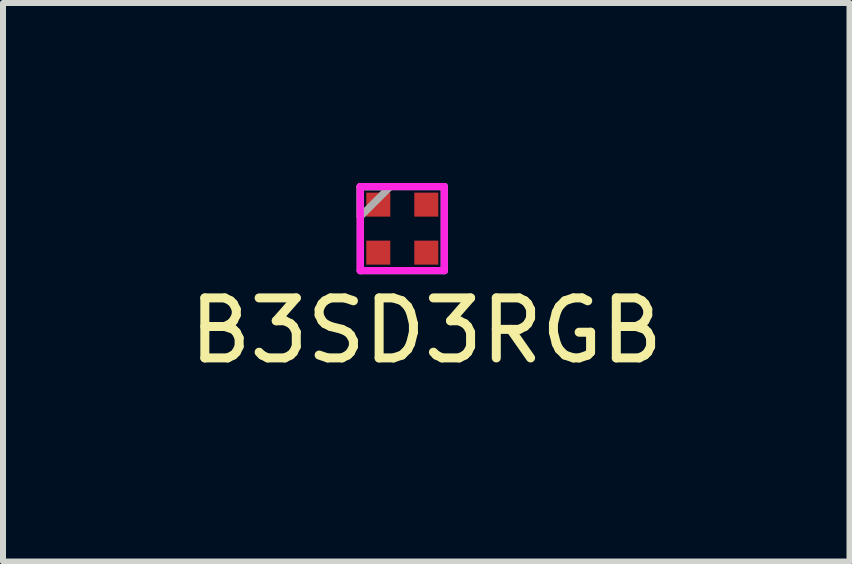
<source format=kicad_pcb>
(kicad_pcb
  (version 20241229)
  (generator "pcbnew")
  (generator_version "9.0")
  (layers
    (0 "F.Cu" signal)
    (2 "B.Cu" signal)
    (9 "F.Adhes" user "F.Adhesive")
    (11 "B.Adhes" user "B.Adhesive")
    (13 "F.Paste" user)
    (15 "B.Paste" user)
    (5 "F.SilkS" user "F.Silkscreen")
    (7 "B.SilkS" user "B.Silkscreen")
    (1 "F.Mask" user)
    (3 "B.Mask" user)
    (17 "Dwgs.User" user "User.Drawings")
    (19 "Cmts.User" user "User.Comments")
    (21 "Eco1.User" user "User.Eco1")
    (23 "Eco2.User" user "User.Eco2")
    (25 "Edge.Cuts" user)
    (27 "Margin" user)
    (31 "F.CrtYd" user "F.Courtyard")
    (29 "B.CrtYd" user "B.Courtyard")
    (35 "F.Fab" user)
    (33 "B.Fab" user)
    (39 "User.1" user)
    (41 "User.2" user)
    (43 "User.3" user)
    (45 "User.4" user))
  (footprint "B3SD3RGB"
    (layer "F.Cu")
    (at 3.654 0.76)
    (property "Reference" "B3SD3RGB" (at 0.4 1.7 0) (layer "F.SilkS") (effects (font (size 1 1) (thickness 0.15))))
    (attr through_hole)
    (fp_line (start -0.7 -0.7) (end -0.7 -0.2) (stroke (width 0.12) (type solid)) (layer "F.SilkS"))
    (fp_line (start -0.2 -0.7) (end -0.7 -0.7) (stroke (width 0.12) (type solid)) (layer "F.SilkS"))
    (fp_line (start -0.7 -0.7) (end 0.7 -0.7) (stroke (width 0.12) (type solid)) (layer "F.CrtYd"))
    (fp_line (start -0.7 0.7) (end -0.7 -0.7) (stroke (width 0.12) (type solid)) (layer "F.CrtYd"))
    (fp_line (start 0.7 -0.7) (end 0.7 0.7) (stroke (width 0.12) (type solid)) (layer "F.CrtYd"))
    (fp_line (start 0.7 0.7) (end -0.7 0.7) (stroke (width 0.12) (type solid)) (layer "F.CrtYd"))
    (fp_line (start -0.7 -0.7) (end 0.7 -0.7) (stroke (width 0.12) (type solid)) (layer "F.Fab"))
    (fp_line (start -0.7 0.7) (end -0.7 -0.7) (stroke (width 0.12) (type solid)) (layer "F.Fab"))
    (fp_line (start -0.2 -0.7) (end -0.7 -0.2) (stroke (width 0.12) (type solid)) (layer "F.Fab"))
    (fp_line (start 0.7 -0.7) (end 0.7 0.7) (stroke (width 0.12) (type solid)) (layer "F.Fab"))
    (fp_line (start 0.7 0.7) (end -0.7 0.7) (stroke (width 0.12) (type solid)) (layer "F.Fab"))
    (pad "1" smd rect (at -0.4 -0.4) (size 0.4 0.4) (layers "F.Cu" "F.Mask" "F.Paste"))
    (pad "2" smd rect (at -0.4 0.4) (size 0.4 0.4) (layers "F.Cu" "F.Mask" "F.Paste"))
    (pad "3" smd rect (at 0.4 0.4) (size 0.4 0.4) (layers "F.Cu" "F.Mask" "F.Paste"))
    (pad "4" smd rect (at 0.4 -0.4) (size 0.4 0.4) (layers "F.Cu" "F.Mask" "F.Paste")))
  (gr_rect
    (start -3 -3)
    (end 11.107 6.308)
    (stroke (width 0.1) (type default))
    (fill no)
    (layer "Edge.Cuts")))
</source>
